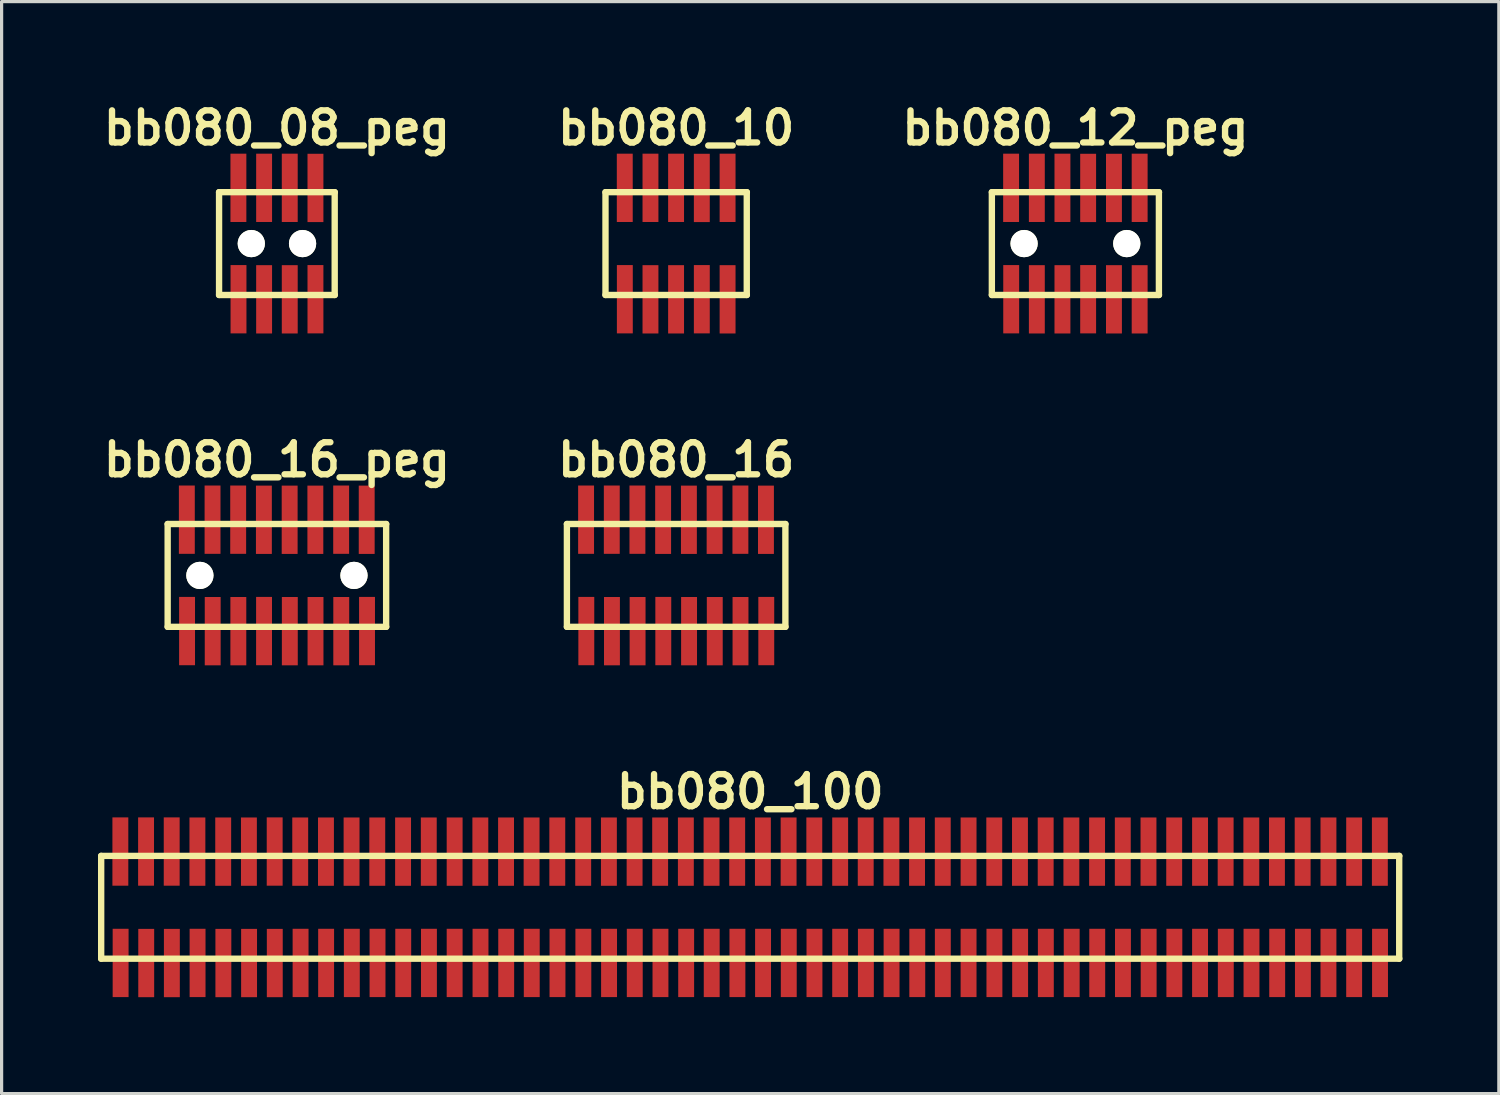
<source format=kicad_pcb>
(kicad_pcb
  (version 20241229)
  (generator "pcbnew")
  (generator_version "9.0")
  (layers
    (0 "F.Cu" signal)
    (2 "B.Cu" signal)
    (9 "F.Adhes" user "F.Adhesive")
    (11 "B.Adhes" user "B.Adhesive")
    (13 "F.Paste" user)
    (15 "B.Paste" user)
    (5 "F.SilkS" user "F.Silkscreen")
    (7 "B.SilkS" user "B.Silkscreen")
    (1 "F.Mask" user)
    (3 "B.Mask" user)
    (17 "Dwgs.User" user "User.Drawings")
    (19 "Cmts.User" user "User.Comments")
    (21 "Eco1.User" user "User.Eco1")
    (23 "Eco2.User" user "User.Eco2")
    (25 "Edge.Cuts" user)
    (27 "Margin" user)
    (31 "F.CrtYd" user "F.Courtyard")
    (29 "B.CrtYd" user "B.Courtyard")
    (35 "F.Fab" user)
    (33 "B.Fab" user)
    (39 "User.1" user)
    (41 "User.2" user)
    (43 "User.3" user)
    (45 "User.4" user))
  (footprint "bb080_08_peg"
    (layer "F.Cu")
    (at 5.569 4.531)
    (property "Reference" "bb080_08_peg" (at 0 -3.599 0) (layer "F.SilkS") (effects (font (size 0.998 0.998) (thickness 0.198))))
    (attr through_hole)
    (fp_line (start -1.801 -1.6) (end -1.801 1.6) (stroke (width 0.198) (type solid)) (layer "F.SilkS"))
    (fp_line (start -1.801 -1.6) (end 1.801 -1.6) (stroke (width 0.198) (type solid)) (layer "F.SilkS"))
    (fp_line (start -1.801 1.6) (end 1.801 1.6) (stroke (width 0.198) (type solid)) (layer "F.SilkS"))
    (fp_line (start 1.798 1.6) (end 1.798 -1.6) (stroke (width 0.198) (type solid)) (layer "F.SilkS"))
    (pad "" np_thru_hole circle (at -0.798 0) (size 0.848 0.848) (drill 0.848) (layers "*.Cu" "*.Mask" "F.SilkS"))
    (pad "" np_thru_hole circle (at 0.798 0) (size 0.848 0.848) (drill 0.848) (layers "*.Cu" "*.Mask" "F.SilkS"))
    (pad "1" smd rect (at -1.196 1.732) (size 0.495 2.126) (layers "F.Cu" "F.Mask" "F.Paste"))
    (pad "2" smd rect (at -1.199 -1.735) (size 0.495 2.126) (layers "F.Cu" "F.Mask" "F.Paste"))
    (pad "3" smd rect (at -0.399 1.735) (size 0.495 2.126) (layers "F.Cu" "F.Mask" "F.Paste"))
    (pad "4" smd rect (at -0.399 -1.735) (size 0.495 2.126) (layers "F.Cu" "F.Mask" "F.Paste"))
    (pad "5" smd rect (at 0.399 1.735) (size 0.495 2.126) (layers "F.Cu" "F.Mask" "F.Paste"))
    (pad "6" smd rect (at 0.399 -1.735) (size 0.495 2.126) (layers "F.Cu" "F.Mask" "F.Paste"))
    (pad "7" smd rect (at 1.199 1.732) (size 0.495 2.126) (layers "F.Cu" "F.Mask" "F.Paste"))
    (pad "8" smd rect (at 1.199 -1.732) (size 0.495 2.126) (layers "F.Cu" "F.Mask" "F.Paste")))
  (footprint "bb080_10"
    (layer "F.Cu")
    (at 17.995 4.531)
    (property "Reference" "bb080_10" (at 0 -3.599 0) (layer "F.SilkS") (effects (font (size 0.998 0.998) (thickness 0.198))))
    (attr through_hole)
    (fp_line (start -2.2 -1.6) (end -2.2 1.6) (stroke (width 0.198) (type solid)) (layer "F.SilkS"))
    (fp_line (start -2.2 -1.6) (end 2.2 -1.6) (stroke (width 0.198) (type solid)) (layer "F.SilkS"))
    (fp_line (start 2.197 1.6) (end 2.197 -1.6) (stroke (width 0.198) (type solid)) (layer "F.SilkS"))
    (fp_line (start 2.2 1.6) (end -2.2 1.6) (stroke (width 0.198) (type solid)) (layer "F.SilkS"))
    (pad "1" smd rect (at -1.598 1.732) (size 0.495 2.126) (layers "F.Cu" "F.Mask" "F.Paste"))
    (pad "2" smd rect (at -1.6 -1.735) (size 0.495 2.126) (layers "F.Cu" "F.Mask" "F.Paste"))
    (pad "3" smd rect (at -0.8 1.735) (size 0.495 2.126) (layers "F.Cu" "F.Mask" "F.Paste"))
    (pad "4" smd rect (at -0.8 -1.735) (size 0.495 2.126) (layers "F.Cu" "F.Mask" "F.Paste"))
    (pad "5" smd rect (at -0.003 1.735) (size 0.495 2.126) (layers "F.Cu" "F.Mask" "F.Paste"))
    (pad "6" smd rect (at -0.003 -1.735) (size 0.495 2.126) (layers "F.Cu" "F.Mask" "F.Paste"))
    (pad "7" smd rect (at 0.798 1.732) (size 0.495 2.126) (layers "F.Cu" "F.Mask" "F.Paste"))
    (pad "8" smd rect (at 0.798 -1.732) (size 0.495 2.126) (layers "F.Cu" "F.Mask" "F.Paste"))
    (pad "9" smd rect (at 1.6 1.735) (size 0.495 2.126) (layers "F.Cu" "F.Mask" "F.Paste"))
    (pad "10" smd rect (at 1.6 -1.735) (size 0.495 2.126) (layers "F.Cu" "F.Mask" "F.Paste")))
  (footprint "bb080_16"
    (layer "F.Cu")
    (at 17.995 14.859)
    (property "Reference" "bb080_16" (at 0 -3.599 0) (layer "F.SilkS") (effects (font (size 0.998 0.998) (thickness 0.198))))
    (attr through_hole)
    (fp_line (start -3.401 -1.6) (end -3.401 1.6) (stroke (width 0.198) (type solid)) (layer "F.SilkS"))
    (fp_line (start -3.401 1.6) (end 3.401 1.6) (stroke (width 0.198) (type solid)) (layer "F.SilkS"))
    (fp_line (start 3.399 1.6) (end 3.399 -1.6) (stroke (width 0.198) (type solid)) (layer "F.SilkS"))
    (fp_line (start 3.401 -1.6) (end -3.401 -1.6) (stroke (width 0.198) (type solid)) (layer "F.SilkS"))
    (pad "1" smd rect (at -2.797 1.732) (size 0.495 2.126) (layers "F.Cu" "F.Mask" "F.Paste"))
    (pad "2" smd rect (at -2.804 -1.735) (size 0.495 2.126) (layers "F.Cu" "F.Mask" "F.Paste"))
    (pad "3" smd rect (at -1.999 1.735) (size 0.495 2.126) (layers "F.Cu" "F.Mask" "F.Paste"))
    (pad "4" smd rect (at -2.004 -1.735) (size 0.495 2.126) (layers "F.Cu" "F.Mask" "F.Paste"))
    (pad "5" smd rect (at -1.201 1.735) (size 0.495 2.126) (layers "F.Cu" "F.Mask" "F.Paste"))
    (pad "6" smd rect (at -1.206 -1.735) (size 0.495 2.126) (layers "F.Cu" "F.Mask" "F.Paste"))
    (pad "7" smd rect (at -0.401 1.732) (size 0.495 2.126) (layers "F.Cu" "F.Mask" "F.Paste"))
    (pad "8" smd rect (at -0.406 -1.732) (size 0.495 2.126) (layers "F.Cu" "F.Mask" "F.Paste"))
    (pad "9" smd rect (at 0.401 1.735) (size 0.495 2.126) (layers "F.Cu" "F.Mask" "F.Paste"))
    (pad "10" smd rect (at 0.396 -1.732) (size 0.495 2.126) (layers "F.Cu" "F.Mask" "F.Paste"))
    (pad "11" smd rect (at 1.201 1.735) (size 0.495 2.126) (layers "F.Cu" "F.Mask" "F.Paste"))
    (pad "12" smd rect (at 1.196 -1.732) (size 0.495 2.126) (layers "F.Cu" "F.Mask" "F.Paste"))
    (pad "13" smd rect (at 2.002 1.735) (size 0.495 2.126) (layers "F.Cu" "F.Mask" "F.Paste"))
    (pad "14" smd rect (at 1.999 -1.735) (size 0.495 2.126) (layers "F.Cu" "F.Mask" "F.Paste"))
    (pad "15" smd rect (at 2.804 1.732) (size 0.495 2.126) (layers "F.Cu" "F.Mask" "F.Paste"))
    (pad "16" smd rect (at 2.794 -1.732) (size 0.495 2.126) (layers "F.Cu" "F.Mask" "F.Paste")))
  (footprint "bb080_100"
    (layer "F.Cu")
    (at 20.3 25.188)
    (property "Reference" "bb080_100" (at 0 -3.599 0) (layer "F.SilkS") (effects (font (size 0.998 0.998) (thickness 0.198))))
    (attr through_hole)
    (fp_line (start -20.201 -1.6) (end -20.201 1.6) (stroke (width 0.198) (type solid)) (layer "F.SilkS"))
    (fp_line (start -20.201 -1.6) (end 20.201 -1.6) (stroke (width 0.198) (type solid)) (layer "F.SilkS"))
    (fp_line (start 20.198 1.6) (end 20.198 -1.6) (stroke (width 0.198) (type solid)) (layer "F.SilkS"))
    (fp_line (start 20.201 1.6) (end -20.201 1.6) (stroke (width 0.198) (type solid)) (layer "F.SilkS"))
    (pad "1" smd rect (at -19.596 1.732) (size 0.495 2.126) (layers "F.Cu" "F.Mask" "F.Paste"))
    (pad "2" smd rect (at -19.604 -1.735) (size 0.495 2.126) (layers "F.Cu" "F.Mask" "F.Paste"))
    (pad "3" smd rect (at -18.799 1.735) (size 0.495 2.126) (layers "F.Cu" "F.Mask" "F.Paste"))
    (pad "4" smd rect (at -18.804 -1.735) (size 0.495 2.126) (layers "F.Cu" "F.Mask" "F.Paste"))
    (pad "5" smd rect (at -18.001 1.735) (size 0.495 2.126) (layers "F.Cu" "F.Mask" "F.Paste"))
    (pad "6" smd rect (at -18.006 -1.735) (size 0.495 2.126) (layers "F.Cu" "F.Mask" "F.Paste"))
    (pad "7" smd rect (at -17.201 1.732) (size 0.495 2.126) (layers "F.Cu" "F.Mask" "F.Paste"))
    (pad "8" smd rect (at -17.206 -1.732) (size 0.495 2.126) (layers "F.Cu" "F.Mask" "F.Paste"))
    (pad "9" smd rect (at -16.398 1.735) (size 0.495 2.126) (layers "F.Cu" "F.Mask" "F.Paste"))
    (pad "10" smd rect (at -16.403 -1.732) (size 0.495 2.126) (layers "F.Cu" "F.Mask" "F.Paste"))
    (pad "11" smd rect (at -15.598 1.735) (size 0.495 2.126) (layers "F.Cu" "F.Mask" "F.Paste"))
    (pad "12" smd rect (at -15.603 -1.732) (size 0.495 2.126) (layers "F.Cu" "F.Mask" "F.Paste"))
    (pad "13" smd rect (at -14.798 1.735) (size 0.495 2.126) (layers "F.Cu" "F.Mask" "F.Paste"))
    (pad "14" smd rect (at -14.801 -1.735) (size 0.495 2.126) (layers "F.Cu" "F.Mask" "F.Paste"))
    (pad "15" smd rect (at -13.995 1.732) (size 0.495 2.126) (layers "F.Cu" "F.Mask" "F.Paste"))
    (pad "16" smd rect (at -14.006 -1.732) (size 0.495 2.126) (layers "F.Cu" "F.Mask" "F.Paste"))
    (pad "17" smd rect (at -13.2 1.732) (size 0.495 2.126) (layers "F.Cu" "F.Mask" "F.Paste"))
    (pad "18" smd rect (at -13.205 -1.732) (size 0.495 2.126) (layers "F.Cu" "F.Mask" "F.Paste"))
    (pad "19" smd rect (at -12.4 1.732) (size 0.495 2.126) (layers "F.Cu" "F.Mask" "F.Paste"))
    (pad "20" smd rect (at -12.408 -1.732) (size 0.495 2.126) (layers "F.Cu" "F.Mask" "F.Paste"))
    (pad "21" smd rect (at -11.6 1.732) (size 0.495 2.126) (layers "F.Cu" "F.Mask" "F.Paste"))
    (pad "22" smd rect (at -11.608 -1.732) (size 0.495 2.126) (layers "F.Cu" "F.Mask" "F.Paste"))
    (pad "23" smd rect (at -10.8 1.732) (size 0.495 2.126) (layers "F.Cu" "F.Mask" "F.Paste"))
    (pad "24" smd rect (at -10.805 -1.732) (size 0.495 2.126) (layers "F.Cu" "F.Mask" "F.Paste"))
    (pad "25" smd rect (at -10 1.732) (size 0.495 2.126) (layers "F.Cu" "F.Mask" "F.Paste"))
    (pad "26" smd rect (at -10.005 -1.732) (size 0.495 2.126) (layers "F.Cu" "F.Mask" "F.Paste"))
    (pad "27" smd rect (at -9.2 1.732) (size 0.495 2.126) (layers "F.Cu" "F.Mask" "F.Paste"))
    (pad "28" smd rect (at -9.2 -1.732) (size 0.495 2.126) (layers "F.Cu" "F.Mask" "F.Paste"))
    (pad "29" smd rect (at -8.395 1.732) (size 0.495 2.126) (layers "F.Cu" "F.Mask" "F.Paste"))
    (pad "30" smd rect (at -8.4 -1.732) (size 0.495 2.126) (layers "F.Cu" "F.Mask" "F.Paste"))
    (pad "31" smd rect (at -7.595 1.732) (size 0.495 2.126) (layers "F.Cu" "F.Mask" "F.Paste"))
    (pad "32" smd rect (at -7.6 -1.732) (size 0.495 2.126) (layers "F.Cu" "F.Mask" "F.Paste"))
    (pad "33" smd rect (at -6.8 1.732) (size 0.495 2.126) (layers "F.Cu" "F.Mask" "F.Paste"))
    (pad "34" smd rect (at -6.805 -1.732) (size 0.495 2.126) (layers "F.Cu" "F.Mask" "F.Paste"))
    (pad "35" smd rect (at -5.999 1.732) (size 0.495 2.126) (layers "F.Cu" "F.Mask" "F.Paste"))
    (pad "36" smd rect (at -6.005 -1.732) (size 0.495 2.126) (layers "F.Cu" "F.Mask" "F.Paste"))
    (pad "37" smd rect (at -5.194 1.732) (size 0.495 2.126) (layers "F.Cu" "F.Mask" "F.Paste"))
    (pad "38" smd rect (at -5.199 -1.732) (size 0.495 2.126) (layers "F.Cu" "F.Mask" "F.Paste"))
    (pad "39" smd rect (at -4.394 1.732) (size 0.495 2.126) (layers "F.Cu" "F.Mask" "F.Paste"))
    (pad "40" smd rect (at -4.399 -1.732) (size 0.495 2.126) (layers "F.Cu" "F.Mask" "F.Paste"))
    (pad "41" smd rect (at -3.594 1.732) (size 0.495 2.126) (layers "F.Cu" "F.Mask" "F.Paste"))
    (pad "42" smd rect (at -3.599 -1.732) (size 0.495 2.126) (layers "F.Cu" "F.Mask" "F.Paste"))
    (pad "43" smd rect (at -2.794 1.732) (size 0.495 2.126) (layers "F.Cu" "F.Mask" "F.Paste"))
    (pad "44" smd rect (at -2.804 -1.732) (size 0.495 2.126) (layers "F.Cu" "F.Mask" "F.Paste"))
    (pad "45" smd rect (at -1.994 1.732) (size 0.495 2.126) (layers "F.Cu" "F.Mask" "F.Paste"))
    (pad "46" smd rect (at -2.004 -1.732) (size 0.495 2.126) (layers "F.Cu" "F.Mask" "F.Paste"))
    (pad "47" smd rect (at -1.199 1.732) (size 0.495 2.126) (layers "F.Cu" "F.Mask" "F.Paste"))
    (pad "48" smd rect (at -1.204 -1.732) (size 0.495 2.126) (layers "F.Cu" "F.Mask" "F.Paste"))
    (pad "49" smd rect (at -0.399 1.732) (size 0.495 2.126) (layers "F.Cu" "F.Mask" "F.Paste"))
    (pad "50" smd rect (at -0.406 -1.732) (size 0.495 2.126) (layers "F.Cu" "F.Mask" "F.Paste"))
    (pad "51" smd rect (at 0.399 1.732) (size 0.495 2.126) (layers "F.Cu" "F.Mask" "F.Paste"))
    (pad "52" smd rect (at 0.394 -1.732) (size 0.495 2.126) (layers "F.Cu" "F.Mask" "F.Paste"))
    (pad "53" smd rect (at 1.199 1.732) (size 0.495 2.126) (layers "F.Cu" "F.Mask" "F.Paste"))
    (pad "54" smd rect (at 1.194 -1.732) (size 0.495 2.126) (layers "F.Cu" "F.Mask" "F.Paste"))
    (pad "55" smd rect (at 1.999 1.732) (size 0.495 2.126) (layers "F.Cu" "F.Mask" "F.Paste"))
    (pad "56" smd rect (at 1.994 -1.732) (size 0.495 2.126) (layers "F.Cu" "F.Mask" "F.Paste"))
    (pad "57" smd rect (at 2.799 1.732) (size 0.495 2.126) (layers "F.Cu" "F.Mask" "F.Paste"))
    (pad "58" smd rect (at 2.799 -1.732) (size 0.495 2.126) (layers "F.Cu" "F.Mask" "F.Paste"))
    (pad "59" smd rect (at 3.599 1.732) (size 0.495 2.126) (layers "F.Cu" "F.Mask" "F.Paste"))
    (pad "60" smd rect (at 3.594 -1.732) (size 0.495 2.126) (layers "F.Cu" "F.Mask" "F.Paste"))
    (pad "61" smd rect (at 4.399 1.732) (size 0.495 2.126) (layers "F.Cu" "F.Mask" "F.Paste"))
    (pad "62" smd rect (at 4.394 -1.732) (size 0.495 2.126) (layers "F.Cu" "F.Mask" "F.Paste"))
    (pad "63" smd rect (at 5.199 1.732) (size 0.495 2.126) (layers "F.Cu" "F.Mask" "F.Paste"))
    (pad "64" smd rect (at 5.192 -1.732) (size 0.495 2.126) (layers "F.Cu" "F.Mask" "F.Paste"))
    (pad "65" smd rect (at 5.994 1.732) (size 0.495 2.126) (layers "F.Cu" "F.Mask" "F.Paste"))
    (pad "66" smd rect (at 5.992 -1.732) (size 0.495 2.126) (layers "F.Cu" "F.Mask" "F.Paste"))
    (pad "67" smd rect (at 6.795 1.732) (size 0.495 2.126) (layers "F.Cu" "F.Mask" "F.Paste"))
    (pad "68" smd rect (at 6.795 -1.732) (size 0.495 2.126) (layers "F.Cu" "F.Mask" "F.Paste"))
    (pad "69" smd rect (at 7.6 1.732) (size 0.495 2.126) (layers "F.Cu" "F.Mask" "F.Paste"))
    (pad "70" smd rect (at 7.595 -1.732) (size 0.495 2.126) (layers "F.Cu" "F.Mask" "F.Paste"))
    (pad "71" smd rect (at 8.4 1.732) (size 0.495 2.126) (layers "F.Cu" "F.Mask" "F.Paste"))
    (pad "72" smd rect (at 8.395 -1.732) (size 0.495 2.126) (layers "F.Cu" "F.Mask" "F.Paste"))
    (pad "73" smd rect (at 9.2 1.732) (size 0.495 2.126) (layers "F.Cu" "F.Mask" "F.Paste"))
    (pad "74" smd rect (at 9.195 -1.732) (size 0.495 2.126) (layers "F.Cu" "F.Mask" "F.Paste"))
    (pad "75" smd rect (at 10.005 1.732) (size 0.495 2.126) (layers "F.Cu" "F.Mask" "F.Paste"))
    (pad "76" smd rect (at 9.995 -1.732) (size 0.495 2.126) (layers "F.Cu" "F.Mask" "F.Paste"))
    (pad "77" smd rect (at 10.8 1.732) (size 0.495 2.126) (layers "F.Cu" "F.Mask" "F.Paste"))
    (pad "78" smd rect (at 10.795 -1.732) (size 0.495 2.126) (layers "F.Cu" "F.Mask" "F.Paste"))
    (pad "79" smd rect (at 11.6 1.732) (size 0.495 2.126) (layers "F.Cu" "F.Mask" "F.Paste"))
    (pad "80" smd rect (at 11.595 -1.732) (size 0.495 2.126) (layers "F.Cu" "F.Mask" "F.Paste"))
    (pad "81" smd rect (at 12.4 1.732) (size 0.495 2.126) (layers "F.Cu" "F.Mask" "F.Paste"))
    (pad "82" smd rect (at 12.395 -1.732) (size 0.495 2.126) (layers "F.Cu" "F.Mask" "F.Paste"))
    (pad "83" smd rect (at 13.2 1.732) (size 0.495 2.126) (layers "F.Cu" "F.Mask" "F.Paste"))
    (pad "84" smd rect (at 13.195 -1.732) (size 0.495 2.126) (layers "F.Cu" "F.Mask" "F.Paste"))
    (pad "85" smd rect (at 14 1.732) (size 0.495 2.126) (layers "F.Cu" "F.Mask" "F.Paste"))
    (pad "86" smd rect (at 14 -1.732) (size 0.495 2.126) (layers "F.Cu" "F.Mask" "F.Paste"))
    (pad "87" smd rect (at 14.801 1.732) (size 0.495 2.126) (layers "F.Cu" "F.Mask" "F.Paste"))
    (pad "88" smd rect (at 14.796 -1.732) (size 0.495 2.126) (layers "F.Cu" "F.Mask" "F.Paste"))
    (pad "89" smd rect (at 15.601 1.732) (size 0.495 2.126) (layers "F.Cu" "F.Mask" "F.Paste"))
    (pad "90" smd rect (at 15.596 -1.732) (size 0.495 2.126) (layers "F.Cu" "F.Mask" "F.Paste"))
    (pad "91" smd rect (at 16.401 1.732) (size 0.495 2.126) (layers "F.Cu" "F.Mask" "F.Paste"))
    (pad "92" smd rect (at 16.393 -1.732) (size 0.495 2.126) (layers "F.Cu" "F.Mask" "F.Paste"))
    (pad "93" smd rect (at 17.201 1.732) (size 0.495 2.126) (layers "F.Cu" "F.Mask" "F.Paste"))
    (pad "94" smd rect (at 17.193 -1.732) (size 0.495 2.126) (layers "F.Cu" "F.Mask" "F.Paste"))
    (pad "95" smd rect (at 17.996 1.732) (size 0.495 2.126) (layers "F.Cu" "F.Mask" "F.Paste"))
    (pad "96" smd rect (at 17.996 -1.732) (size 0.495 2.126) (layers "F.Cu" "F.Mask" "F.Paste"))
    (pad "97" smd rect (at 18.796 1.732) (size 0.495 2.126) (layers "F.Cu" "F.Mask" "F.Paste"))
    (pad "98" smd rect (at 18.796 -1.732) (size 0.495 2.126) (layers "F.Cu" "F.Mask" "F.Paste"))
    (pad "99" smd rect (at 19.601 1.732) (size 0.495 2.126) (layers "F.Cu" "F.Mask" "F.Paste"))
    (pad "100" smd rect (at 19.596 -1.732) (size 0.495 2.126) (layers "F.Cu" "F.Mask" "F.Paste")))
  (footprint "bb080_16_peg"
    (layer "F.Cu")
    (at 5.569 14.859)
    (property "Reference" "bb080_16_peg" (at 0 -3.599 0) (layer "F.SilkS") (effects (font (size 0.998 0.998) (thickness 0.198))))
    (attr through_hole)
    (fp_line (start -3.401 -1.6) (end -3.401 1.6) (stroke (width 0.198) (type solid)) (layer "F.SilkS"))
    (fp_line (start -3.401 1.6) (end 3.401 1.6) (stroke (width 0.198) (type solid)) (layer "F.SilkS"))
    (fp_line (start 3.399 1.6) (end 3.399 -1.6) (stroke (width 0.198) (type solid)) (layer "F.SilkS"))
    (fp_line (start 3.401 -1.6) (end -3.401 -1.6) (stroke (width 0.198) (type solid)) (layer "F.SilkS"))
    (pad "" np_thru_hole circle (at -2.398 0) (size 0.848 0.848) (drill 0.848) (layers "*.Cu" "*.Mask" "F.SilkS"))
    (pad "" np_thru_hole circle (at 2.398 0) (size 0.848 0.848) (drill 0.848) (layers "*.Cu" "*.Mask" "F.SilkS"))
    (pad "1" smd rect (at -2.797 1.732) (size 0.495 2.126) (layers "F.Cu" "F.Mask" "F.Paste"))
    (pad "2" smd rect (at -2.804 -1.735) (size 0.495 2.126) (layers "F.Cu" "F.Mask" "F.Paste"))
    (pad "3" smd rect (at -1.999 1.735) (size 0.495 2.126) (layers "F.Cu" "F.Mask" "F.Paste"))
    (pad "4" smd rect (at -2.004 -1.735) (size 0.495 2.126) (layers "F.Cu" "F.Mask" "F.Paste"))
    (pad "5" smd rect (at -1.201 1.735) (size 0.495 2.126) (layers "F.Cu" "F.Mask" "F.Paste"))
    (pad "6" smd rect (at -1.206 -1.735) (size 0.495 2.126) (layers "F.Cu" "F.Mask" "F.Paste"))
    (pad "7" smd rect (at -0.401 1.732) (size 0.495 2.126) (layers "F.Cu" "F.Mask" "F.Paste"))
    (pad "8" smd rect (at -0.406 -1.732) (size 0.495 2.126) (layers "F.Cu" "F.Mask" "F.Paste"))
    (pad "9" smd rect (at 0.401 1.735) (size 0.495 2.126) (layers "F.Cu" "F.Mask" "F.Paste"))
    (pad "10" smd rect (at 0.396 -1.732) (size 0.495 2.126) (layers "F.Cu" "F.Mask" "F.Paste"))
    (pad "11" smd rect (at 1.201 1.735) (size 0.495 2.126) (layers "F.Cu" "F.Mask" "F.Paste"))
    (pad "12" smd rect (at 1.196 -1.732) (size 0.495 2.126) (layers "F.Cu" "F.Mask" "F.Paste"))
    (pad "13" smd rect (at 2.002 1.735) (size 0.495 2.126) (layers "F.Cu" "F.Mask" "F.Paste"))
    (pad "14" smd rect (at 1.999 -1.735) (size 0.495 2.126) (layers "F.Cu" "F.Mask" "F.Paste"))
    (pad "15" smd rect (at 2.804 1.732) (size 0.495 2.126) (layers "F.Cu" "F.Mask" "F.Paste"))
    (pad "16" smd rect (at 2.794 -1.732) (size 0.495 2.126) (layers "F.Cu" "F.Mask" "F.Paste")))
  (footprint "bb080_12_peg"
    (layer "F.Cu")
    (at 30.421 4.531)
    (property "Reference" "bb080_12_peg" (at 0 -3.599 0) (layer "F.SilkS") (effects (font (size 0.998 0.998) (thickness 0.198))))
    (attr through_hole)
    (fp_line (start -2.601 -1.6) (end -2.601 1.6) (stroke (width 0.198) (type solid)) (layer "F.SilkS"))
    (fp_line (start -2.601 1.6) (end 2.601 1.6) (stroke (width 0.198) (type solid)) (layer "F.SilkS"))
    (fp_line (start 2.598 1.6) (end 2.598 -1.6) (stroke (width 0.198) (type solid)) (layer "F.SilkS"))
    (fp_line (start 2.601 -1.6) (end -2.601 -1.6) (stroke (width 0.198) (type solid)) (layer "F.SilkS"))
    (pad "" np_thru_hole circle (at -1.598 0) (size 0.848 0.848) (drill 0.848) (layers "*.Cu" "*.Mask" "F.SilkS"))
    (pad "" np_thru_hole circle (at 1.598 0) (size 0.848 0.848) (drill 0.848) (layers "*.Cu" "*.Mask" "F.SilkS"))
    (pad "1" smd rect (at -1.999 1.732) (size 0.495 2.126) (layers "F.Cu" "F.Mask" "F.Paste"))
    (pad "2" smd rect (at -2.002 -1.735) (size 0.495 2.126) (layers "F.Cu" "F.Mask" "F.Paste"))
    (pad "3" smd rect (at -1.201 1.735) (size 0.495 2.126) (layers "F.Cu" "F.Mask" "F.Paste"))
    (pad "4" smd rect (at -1.201 -1.735) (size 0.495 2.126) (layers "F.Cu" "F.Mask" "F.Paste"))
    (pad "5" smd rect (at -0.404 1.735) (size 0.495 2.126) (layers "F.Cu" "F.Mask" "F.Paste"))
    (pad "6" smd rect (at -0.404 -1.735) (size 0.495 2.126) (layers "F.Cu" "F.Mask" "F.Paste"))
    (pad "7" smd rect (at 0.396 1.732) (size 0.495 2.126) (layers "F.Cu" "F.Mask" "F.Paste"))
    (pad "8" smd rect (at 0.396 -1.732) (size 0.495 2.126) (layers "F.Cu" "F.Mask" "F.Paste"))
    (pad "9" smd rect (at 1.199 1.735) (size 0.495 2.126) (layers "F.Cu" "F.Mask" "F.Paste"))
    (pad "10" smd rect (at 1.199 -1.732) (size 0.495 2.126) (layers "F.Cu" "F.Mask" "F.Paste"))
    (pad "11" smd rect (at 1.999 1.735) (size 0.495 2.126) (layers "F.Cu" "F.Mask" "F.Paste"))
    (pad "12" smd rect (at 1.999 -1.735) (size 0.495 2.126) (layers "F.Cu" "F.Mask" "F.Paste")))
  (gr_rect
    (start -3 -3)
    (end 43.599 30.986)
    (stroke (width 0.1) (type default))
    (fill no)
    (layer "Edge.Cuts")))
</source>
